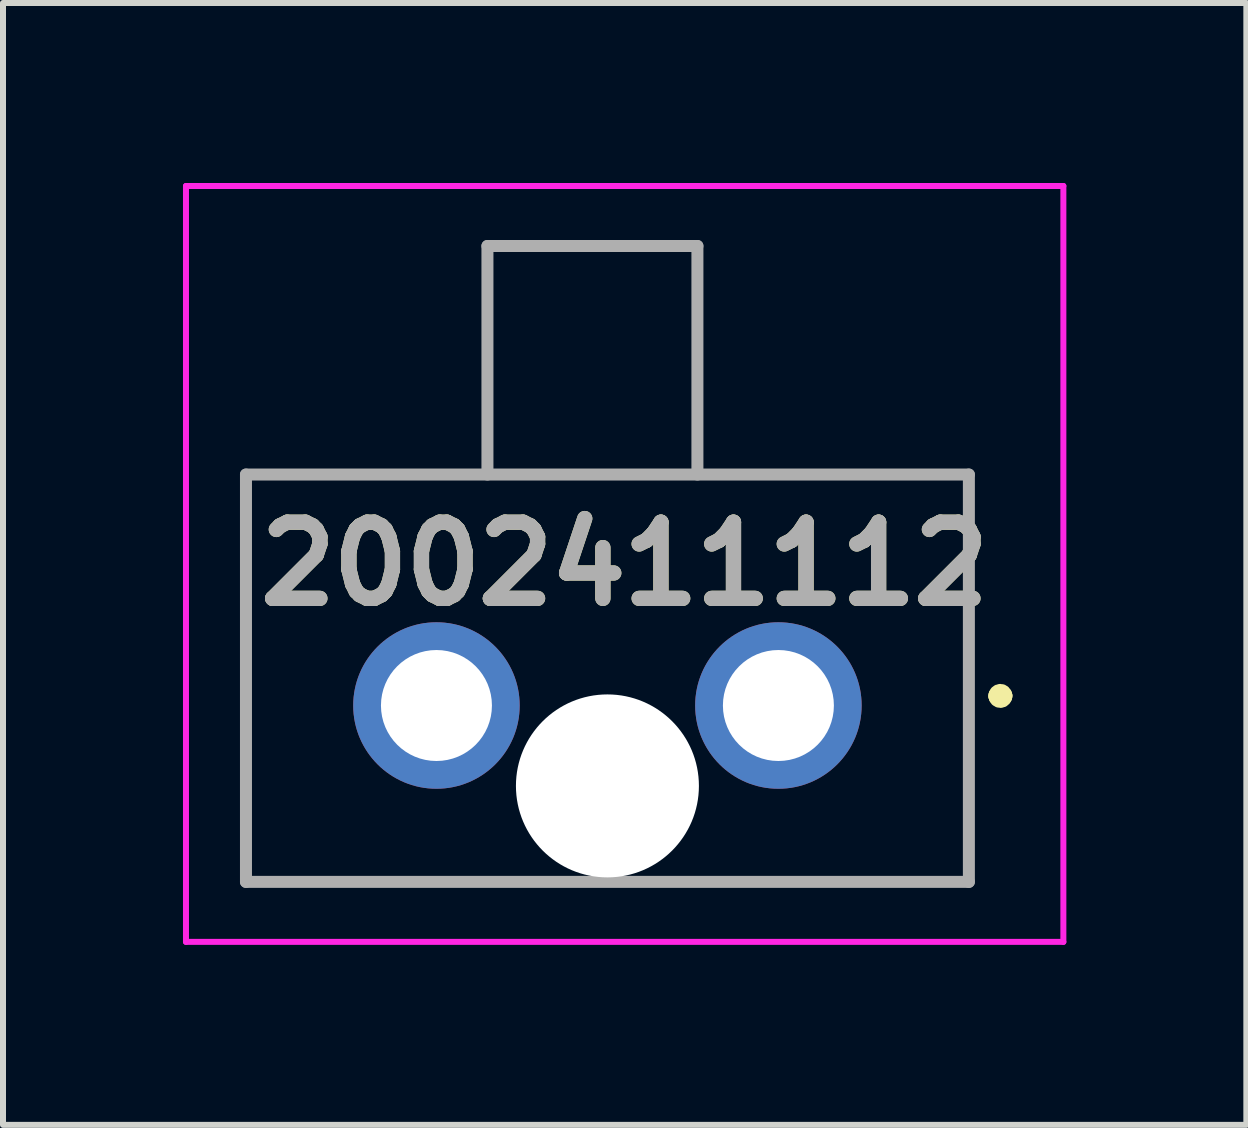
<source format=kicad_pcb>
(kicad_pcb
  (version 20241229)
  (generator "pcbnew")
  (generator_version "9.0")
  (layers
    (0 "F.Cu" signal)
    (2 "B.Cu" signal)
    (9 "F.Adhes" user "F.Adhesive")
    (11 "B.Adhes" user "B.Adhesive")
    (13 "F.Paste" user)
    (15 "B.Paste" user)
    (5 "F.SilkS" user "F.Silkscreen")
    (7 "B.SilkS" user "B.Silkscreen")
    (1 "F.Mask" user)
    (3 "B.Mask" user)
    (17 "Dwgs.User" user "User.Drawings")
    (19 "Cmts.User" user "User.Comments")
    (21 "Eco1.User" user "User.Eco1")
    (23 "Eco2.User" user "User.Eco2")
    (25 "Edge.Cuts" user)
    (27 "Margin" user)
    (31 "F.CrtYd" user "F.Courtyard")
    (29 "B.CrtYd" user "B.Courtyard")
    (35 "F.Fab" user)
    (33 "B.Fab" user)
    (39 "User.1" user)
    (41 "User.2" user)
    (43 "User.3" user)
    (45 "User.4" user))
  (footprint "2002411112"
    (layer "F.Cu")
    (at 9.925 8.71)
    (property "Reference" "2002411112" (at -2.563 -2.36 0) (layer "F.SilkS") (effects (font (size 1.27 1.27) (thickness 0.254))))
    (attr through_hole)
    (fp_line (start -8.875 -3.85) (end 3.175 -3.85) (stroke (width 0.1) (type solid)) (layer "F.SilkS"))
    (fp_line (start -8.875 2.94) (end -8.875 -3.85) (stroke (width 0.1) (type solid)) (layer "F.SilkS"))
    (fp_line (start 3.175 -3.85) (end 3.175 2.94) (stroke (width 0.1) (type solid)) (layer "F.SilkS"))
    (fp_line (start 3.175 2.94) (end -8.875 2.94) (stroke (width 0.1) (type solid)) (layer "F.SilkS"))
    (fp_line (start 3.65 -0.16) (end 3.65 -0.16) (stroke (width 0.3) (type solid)) (layer "F.SilkS"))
    (fp_line (start 3.75 -0.16) (end 3.75 -0.16) (stroke (width 0.3) (type solid)) (layer "F.SilkS"))
    (fp_arc (start 3.65 -0.16) (mid 3.7 -0.21) (end 3.75 -0.16) (stroke (width 0.3) (type solid)) (layer "F.SilkS"))
    (fp_arc (start 3.75 -0.16) (mid 3.7 -0.11) (end 3.65 -0.16) (stroke (width 0.3) (type solid)) (layer "F.SilkS"))
    (fp_line (start -9.875 -8.66) (end 4.75 -8.66) (stroke (width 0.1) (type solid)) (layer "F.CrtYd"))
    (fp_line (start -9.875 3.94) (end -9.875 -8.66) (stroke (width 0.1) (type solid)) (layer "F.CrtYd"))
    (fp_line (start 4.75 -8.66) (end 4.75 3.94) (stroke (width 0.1) (type solid)) (layer "F.CrtYd"))
    (fp_line (start 4.75 3.94) (end -9.875 3.94) (stroke (width 0.1) (type solid)) (layer "F.CrtYd"))
    (fp_line (start -8.875 -3.85) (end 3.175 -3.85) (stroke (width 0.2) (type solid)) (layer "F.Fab"))
    (fp_line (start -8.875 2.94) (end -8.875 -3.85) (stroke (width 0.2) (type solid)) (layer "F.Fab"))
    (fp_line (start -4.85 -3.85) (end -4.85 -7.66) (stroke (width 0.2) (type solid)) (layer "F.Fab"))
    (fp_line (start -1.35 -7.66) (end -4.85 -7.66) (stroke (width 0.2) (type solid)) (layer "F.Fab"))
    (fp_line (start -1.35 -3.85) (end -1.35 -7.66) (stroke (width 0.2) (type solid)) (layer "F.Fab"))
    (fp_line (start 3.175 -3.85) (end 3.175 2.94) (stroke (width 0.2) (type solid)) (layer "F.Fab"))
    (fp_line (start 3.175 2.94) (end -8.875 2.94) (stroke (width 0.2) (type solid)) (layer "F.Fab"))
    (fp_text user "${REFERENCE}" (at -2.563 -2.36 0) (layer "F.Fab") (effects (font (size 1.27 1.27) (thickness 0.254))))
    (pad "" np_thru_hole circle (at -2.85 1.34) (size 3.05 3.05) (drill 3.05) (layers "*.Cu" "*.Mask"))
    (pad "1" thru_hole circle (at 0 0) (size 2.775 2.775) (drill 1.85) (layers "*.Cu" "*.Mask"))
    (pad "2" thru_hole circle (at -5.7 0) (size 2.775 2.775) (drill 1.85) (layers "*.Cu" "*.Mask")))
  (gr_rect
    (start -3 -3)
    (end 17.725 15.7)
    (stroke (width 0.1) (type default))
    (fill no)
    (layer "Edge.Cuts")))
</source>
